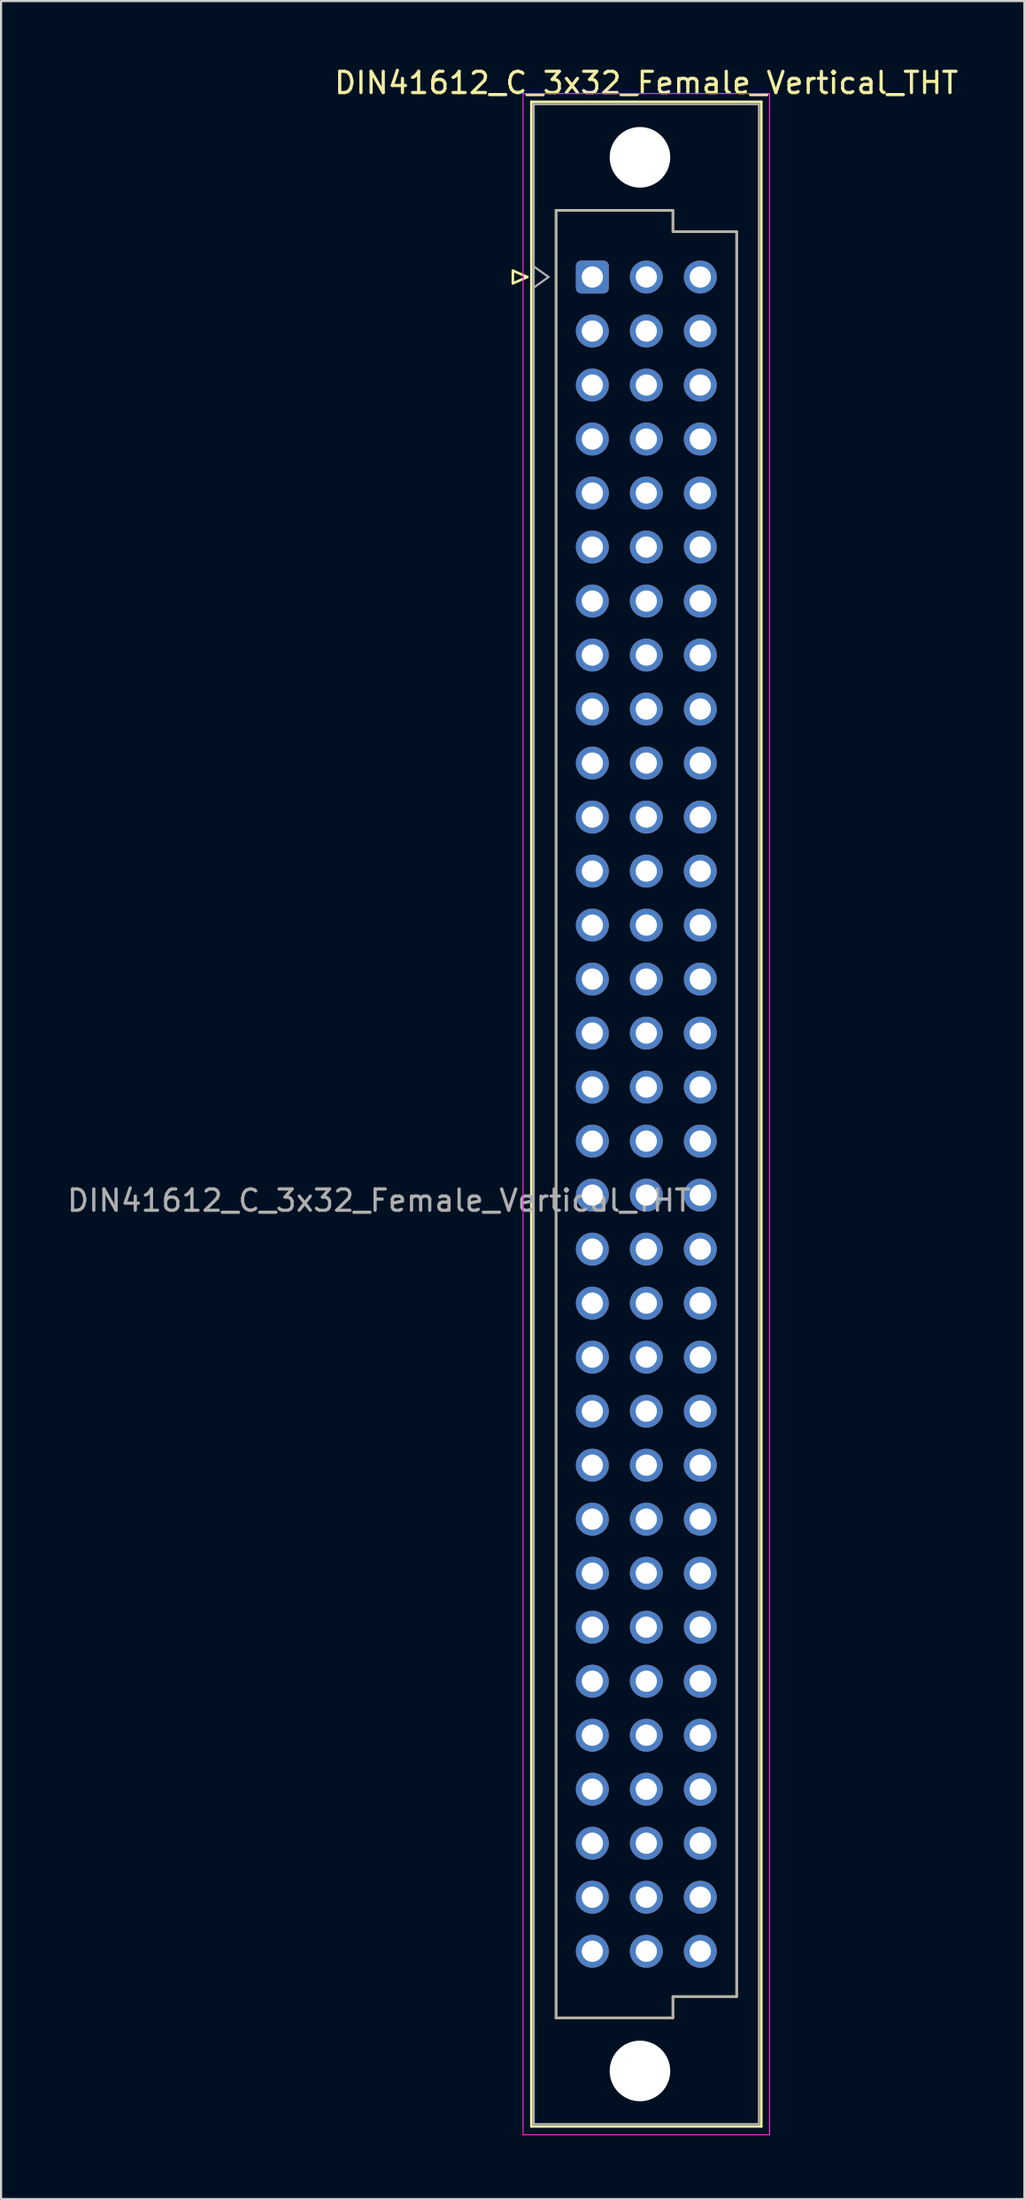
<source format=kicad_pcb>
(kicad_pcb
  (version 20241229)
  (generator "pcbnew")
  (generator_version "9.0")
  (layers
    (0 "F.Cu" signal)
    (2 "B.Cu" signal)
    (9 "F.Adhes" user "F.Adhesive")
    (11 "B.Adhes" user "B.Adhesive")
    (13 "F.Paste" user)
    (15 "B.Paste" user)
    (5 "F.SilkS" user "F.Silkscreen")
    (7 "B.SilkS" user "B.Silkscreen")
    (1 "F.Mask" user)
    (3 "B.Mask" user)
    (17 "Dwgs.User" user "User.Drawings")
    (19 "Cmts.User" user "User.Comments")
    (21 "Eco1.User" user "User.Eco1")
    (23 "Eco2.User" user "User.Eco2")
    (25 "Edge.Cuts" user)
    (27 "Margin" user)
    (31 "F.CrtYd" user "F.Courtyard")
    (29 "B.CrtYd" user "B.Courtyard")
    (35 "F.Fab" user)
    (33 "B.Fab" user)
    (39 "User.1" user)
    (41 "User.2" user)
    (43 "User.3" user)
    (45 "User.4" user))
  (footprint "DIN41612_C_3x32_Female_Vertical_THT"
    (layer "F.Cu")
    (at 27.492 53.412)
    (property "Reference" "DIN41612_C_3x32_Female_Vertical_THT" (at -0.127 -52.564 0) (layer "F.SilkS") (effects (font (size 1 1) (thickness 0.15))))
    (attr through_hole)
    (fp_line (start -6.407 -43.734) (end -6.407 -43.134) (stroke (width 0.12) (type solid)) (layer "F.SilkS"))
    (fp_line (start -6.407 -43.134) (end -5.727 -43.434) (stroke (width 0.12) (type solid)) (layer "F.SilkS"))
    (fp_line (start -5.727 -43.434) (end -6.407 -43.734) (stroke (width 0.12) (type solid)) (layer "F.SilkS"))
    (fp_line (start -5.537 -51.674) (end 5.283 -51.674) (stroke (width 0.12) (type solid)) (layer "F.SilkS"))
    (fp_line (start -5.537 43.546) (end -5.537 -51.674) (stroke (width 0.12) (type solid)) (layer "F.SilkS"))
    (fp_line (start -4.377 -46.565) (end 1.123 -46.565) (stroke (width 0.12) (type solid)) (layer "F.SilkS"))
    (fp_line (start -4.377 38.436) (end -4.377 -46.565) (stroke (width 0.12) (type solid)) (layer "F.SilkS"))
    (fp_line (start 1.123 -46.565) (end 1.123 -45.565) (stroke (width 0.12) (type solid)) (layer "F.SilkS"))
    (fp_line (start 1.123 -45.565) (end 4.123 -45.565) (stroke (width 0.12) (type solid)) (layer "F.SilkS"))
    (fp_line (start 1.123 37.436) (end 1.123 38.436) (stroke (width 0.12) (type solid)) (layer "F.SilkS"))
    (fp_line (start 1.123 38.436) (end -4.377 38.436) (stroke (width 0.12) (type solid)) (layer "F.SilkS"))
    (fp_line (start 4.123 -45.565) (end 4.123 37.436) (stroke (width 0.12) (type solid)) (layer "F.SilkS"))
    (fp_line (start 4.123 37.436) (end 1.123 37.436) (stroke (width 0.12) (type solid)) (layer "F.SilkS"))
    (fp_line (start 5.283 -51.674) (end 5.283 43.546) (stroke (width 0.12) (type solid)) (layer "F.SilkS"))
    (fp_line (start 5.283 43.546) (end -5.537 43.546) (stroke (width 0.12) (type solid)) (layer "F.SilkS"))
    (fp_line (start -5.927 -52.064) (end 5.673 -52.064) (stroke (width 0.05) (type solid)) (layer "F.CrtYd"))
    (fp_line (start -5.927 43.936) (end -5.927 -52.064) (stroke (width 0.05) (type solid)) (layer "F.CrtYd"))
    (fp_line (start 5.673 -52.064) (end 5.673 43.936) (stroke (width 0.05) (type solid)) (layer "F.CrtYd"))
    (fp_line (start 5.673 43.936) (end -5.927 43.936) (stroke (width 0.05) (type solid)) (layer "F.CrtYd"))
    (fp_line (start -5.427 -51.564) (end 5.173 -51.564) (stroke (width 0.1) (type solid)) (layer "F.Fab"))
    (fp_line (start -5.427 -43.934) (end -4.727 -43.434) (stroke (width 0.1) (type solid)) (layer "F.Fab"))
    (fp_line (start -5.427 43.436) (end -5.427 -51.564) (stroke (width 0.1) (type solid)) (layer "F.Fab"))
    (fp_line (start -4.727 -43.434) (end -5.427 -42.934) (stroke (width 0.1) (type solid)) (layer "F.Fab"))
    (fp_line (start -4.377 -46.564) (end 1.123 -46.564) (stroke (width 0.1) (type solid)) (layer "F.Fab"))
    (fp_line (start -4.377 38.436) (end -4.377 -46.564) (stroke (width 0.1) (type solid)) (layer "F.Fab"))
    (fp_line (start 1.123 -46.564) (end 1.123 -45.564) (stroke (width 0.1) (type solid)) (layer "F.Fab"))
    (fp_line (start 1.123 -45.564) (end 4.123 -45.564) (stroke (width 0.1) (type solid)) (layer "F.Fab"))
    (fp_line (start 1.123 37.436) (end 1.123 38.436) (stroke (width 0.1) (type solid)) (layer "F.Fab"))
    (fp_line (start 1.123 38.436) (end -4.377 38.436) (stroke (width 0.1) (type solid)) (layer "F.Fab"))
    (fp_line (start 4.123 -45.564) (end 4.123 37.436) (stroke (width 0.1) (type solid)) (layer "F.Fab"))
    (fp_line (start 4.123 37.436) (end 1.123 37.436) (stroke (width 0.1) (type solid)) (layer "F.Fab"))
    (fp_line (start 5.173 -51.564) (end 5.173 43.436) (stroke (width 0.1) (type solid)) (layer "F.Fab"))
    (fp_line (start 5.173 43.436) (end -5.427 43.436) (stroke (width 0.1) (type solid)) (layer "F.Fab"))
    (fp_text user "${REFERENCE}" (at -12.7 0 0) (layer "F.Fab") (effects (font (size 1 1) (thickness 0.15))))
    (pad "" np_thru_hole circle (at -0.427 -49.064) (size 2.85 2.85) (drill 2.85) (layers "*.Cu" "*.Mask"))
    (pad "" np_thru_hole circle (at -0.427 40.936) (size 2.85 2.85) (drill 2.85) (layers "*.Cu" "*.Mask"))
    (pad "a1" thru_hole roundrect (at -2.667 -43.434) (size 1.55 1.55) (drill 1) (layers "*.Cu" "*.Mask") (roundrect_rratio 0.161))
    (pad "a2" thru_hole circle (at -2.667 -40.894) (size 1.55 1.55) (drill 1) (layers "*.Cu" "*.Mask"))
    (pad "a3" thru_hole circle (at -2.667 -38.354) (size 1.55 1.55) (drill 1) (layers "*.Cu" "*.Mask"))
    (pad "a4" thru_hole circle (at -2.667 -35.814) (size 1.55 1.55) (drill 1) (layers "*.Cu" "*.Mask"))
    (pad "a5" thru_hole circle (at -2.667 -33.274) (size 1.55 1.55) (drill 1) (layers "*.Cu" "*.Mask"))
    (pad "a6" thru_hole circle (at -2.667 -30.734) (size 1.55 1.55) (drill 1) (layers "*.Cu" "*.Mask"))
    (pad "a7" thru_hole circle (at -2.667 -28.194) (size 1.55 1.55) (drill 1) (layers "*.Cu" "*.Mask"))
    (pad "a8" thru_hole circle (at -2.667 -25.654) (size 1.55 1.55) (drill 1) (layers "*.Cu" "*.Mask"))
    (pad "a9" thru_hole circle (at -2.667 -23.114) (size 1.55 1.55) (drill 1) (layers "*.Cu" "*.Mask"))
    (pad "a10" thru_hole circle (at -2.667 -20.574) (size 1.55 1.55) (drill 1) (layers "*.Cu" "*.Mask"))
    (pad "a11" thru_hole circle (at -2.667 -18.034) (size 1.55 1.55) (drill 1) (layers "*.Cu" "*.Mask"))
    (pad "a12" thru_hole circle (at -2.667 -15.494) (size 1.55 1.55) (drill 1) (layers "*.Cu" "*.Mask"))
    (pad "a13" thru_hole circle (at -2.667 -12.954) (size 1.55 1.55) (drill 1) (layers "*.Cu" "*.Mask"))
    (pad "a14" thru_hole circle (at -2.667 -10.414) (size 1.55 1.55) (drill 1) (layers "*.Cu" "*.Mask"))
    (pad "a15" thru_hole circle (at -2.667 -7.874) (size 1.55 1.55) (drill 1) (layers "*.Cu" "*.Mask"))
    (pad "a16" thru_hole circle (at -2.667 -5.334) (size 1.55 1.55) (drill 1) (layers "*.Cu" "*.Mask"))
    (pad "a17" thru_hole circle (at -2.667 -2.794) (size 1.55 1.55) (drill 1) (layers "*.Cu" "*.Mask"))
    (pad "a18" thru_hole circle (at -2.667 -0.254) (size 1.55 1.55) (drill 1) (layers "*.Cu" "*.Mask"))
    (pad "a19" thru_hole circle (at -2.667 2.286) (size 1.55 1.55) (drill 1) (layers "*.Cu" "*.Mask"))
    (pad "a20" thru_hole circle (at -2.667 4.826) (size 1.55 1.55) (drill 1) (layers "*.Cu" "*.Mask"))
    (pad "a21" thru_hole circle (at -2.667 7.366) (size 1.55 1.55) (drill 1) (layers "*.Cu" "*.Mask"))
    (pad "a22" thru_hole circle (at -2.667 9.906) (size 1.55 1.55) (drill 1) (layers "*.Cu" "*.Mask"))
    (pad "a23" thru_hole circle (at -2.667 12.446) (size 1.55 1.55) (drill 1) (layers "*.Cu" "*.Mask"))
    (pad "a24" thru_hole circle (at -2.667 14.986) (size 1.55 1.55) (drill 1) (layers "*.Cu" "*.Mask"))
    (pad "a25" thru_hole circle (at -2.667 17.526) (size 1.55 1.55) (drill 1) (layers "*.Cu" "*.Mask"))
    (pad "a26" thru_hole circle (at -2.667 20.066) (size 1.55 1.55) (drill 1) (layers "*.Cu" "*.Mask"))
    (pad "a27" thru_hole circle (at -2.667 22.606) (size 1.55 1.55) (drill 1) (layers "*.Cu" "*.Mask"))
    (pad "a28" thru_hole circle (at -2.667 25.146) (size 1.55 1.55) (drill 1) (layers "*.Cu" "*.Mask"))
    (pad "a29" thru_hole circle (at -2.667 27.686) (size 1.55 1.55) (drill 1) (layers "*.Cu" "*.Mask"))
    (pad "a30" thru_hole circle (at -2.667 30.226) (size 1.55 1.55) (drill 1) (layers "*.Cu" "*.Mask"))
    (pad "a31" thru_hole circle (at -2.667 32.766) (size 1.55 1.55) (drill 1) (layers "*.Cu" "*.Mask"))
    (pad "a32" thru_hole circle (at -2.667 35.306) (size 1.55 1.55) (drill 1) (layers "*.Cu" "*.Mask"))
    (pad "b1" thru_hole circle (at -0.127 -43.434) (size 1.55 1.55) (drill 1) (layers "*.Cu" "*.Mask"))
    (pad "b2" thru_hole circle (at -0.127 -40.894) (size 1.55 1.55) (drill 1) (layers "*.Cu" "*.Mask"))
    (pad "b3" thru_hole circle (at -0.127 -38.354) (size 1.55 1.55) (drill 1) (layers "*.Cu" "*.Mask"))
    (pad "b4" thru_hole circle (at -0.127 -35.814) (size 1.55 1.55) (drill 1) (layers "*.Cu" "*.Mask"))
    (pad "b5" thru_hole circle (at -0.127 -33.274) (size 1.55 1.55) (drill 1) (layers "*.Cu" "*.Mask"))
    (pad "b6" thru_hole circle (at -0.127 -30.734) (size 1.55 1.55) (drill 1) (layers "*.Cu" "*.Mask"))
    (pad "b7" thru_hole circle (at -0.127 -28.194) (size 1.55 1.55) (drill 1) (layers "*.Cu" "*.Mask"))
    (pad "b8" thru_hole circle (at -0.127 -25.654) (size 1.55 1.55) (drill 1) (layers "*.Cu" "*.Mask"))
    (pad "b9" thru_hole circle (at -0.127 -23.114) (size 1.55 1.55) (drill 1) (layers "*.Cu" "*.Mask"))
    (pad "b10" thru_hole circle (at -0.127 -20.574) (size 1.55 1.55) (drill 1) (layers "*.Cu" "*.Mask"))
    (pad "b11" thru_hole circle (at -0.127 -18.034) (size 1.55 1.55) (drill 1) (layers "*.Cu" "*.Mask"))
    (pad "b12" thru_hole circle (at -0.127 -15.494) (size 1.55 1.55) (drill 1) (layers "*.Cu" "*.Mask"))
    (pad "b13" thru_hole circle (at -0.127 -12.954) (size 1.55 1.55) (drill 1) (layers "*.Cu" "*.Mask"))
    (pad "b14" thru_hole circle (at -0.127 -10.414) (size 1.55 1.55) (drill 1) (layers "*.Cu" "*.Mask"))
    (pad "b15" thru_hole circle (at -0.127 -7.874) (size 1.55 1.55) (drill 1) (layers "*.Cu" "*.Mask"))
    (pad "b16" thru_hole circle (at -0.127 -5.334) (size 1.55 1.55) (drill 1) (layers "*.Cu" "*.Mask"))
    (pad "b17" thru_hole circle (at -0.127 -2.794) (size 1.55 1.55) (drill 1) (layers "*.Cu" "*.Mask"))
    (pad "b18" thru_hole circle (at -0.127 -0.254) (size 1.55 1.55) (drill 1) (layers "*.Cu" "*.Mask"))
    (pad "b19" thru_hole circle (at -0.127 2.286) (size 1.55 1.55) (drill 1) (layers "*.Cu" "*.Mask"))
    (pad "b20" thru_hole circle (at -0.127 4.826) (size 1.55 1.55) (drill 1) (layers "*.Cu" "*.Mask"))
    (pad "b21" thru_hole circle (at -0.127 7.366) (size 1.55 1.55) (drill 1) (layers "*.Cu" "*.Mask"))
    (pad "b22" thru_hole circle (at -0.127 9.906) (size 1.55 1.55) (drill 1) (layers "*.Cu" "*.Mask"))
    (pad "b23" thru_hole circle (at -0.127 12.446) (size 1.55 1.55) (drill 1) (layers "*.Cu" "*.Mask"))
    (pad "b24" thru_hole circle (at -0.127 14.986) (size 1.55 1.55) (drill 1) (layers "*.Cu" "*.Mask"))
    (pad "b25" thru_hole circle (at -0.127 17.526) (size 1.55 1.55) (drill 1) (layers "*.Cu" "*.Mask"))
    (pad "b26" thru_hole circle (at -0.127 20.066) (size 1.55 1.55) (drill 1) (layers "*.Cu" "*.Mask"))
    (pad "b27" thru_hole circle (at -0.127 22.606) (size 1.55 1.55) (drill 1) (layers "*.Cu" "*.Mask"))
    (pad "b28" thru_hole circle (at -0.127 25.146) (size 1.55 1.55) (drill 1) (layers "*.Cu" "*.Mask"))
    (pad "b29" thru_hole circle (at -0.127 27.686) (size 1.55 1.55) (drill 1) (layers "*.Cu" "*.Mask"))
    (pad "b30" thru_hole circle (at -0.127 30.226) (size 1.55 1.55) (drill 1) (layers "*.Cu" "*.Mask"))
    (pad "b31" thru_hole circle (at -0.127 32.766) (size 1.55 1.55) (drill 1) (layers "*.Cu" "*.Mask"))
    (pad "b32" thru_hole circle (at -0.127 35.306) (size 1.55 1.55) (drill 1) (layers "*.Cu" "*.Mask"))
    (pad "c1" thru_hole circle (at 2.413 -43.434) (size 1.55 1.55) (drill 1) (layers "*.Cu" "*.Mask"))
    (pad "c2" thru_hole circle (at 2.413 -40.894) (size 1.55 1.55) (drill 1) (layers "*.Cu" "*.Mask"))
    (pad "c3" thru_hole circle (at 2.413 -38.354) (size 1.55 1.55) (drill 1) (layers "*.Cu" "*.Mask"))
    (pad "c4" thru_hole circle (at 2.413 -35.814) (size 1.55 1.55) (drill 1) (layers "*.Cu" "*.Mask"))
    (pad "c5" thru_hole circle (at 2.413 -33.274) (size 1.55 1.55) (drill 1) (layers "*.Cu" "*.Mask"))
    (pad "c6" thru_hole circle (at 2.413 -30.734) (size 1.55 1.55) (drill 1) (layers "*.Cu" "*.Mask"))
    (pad "c7" thru_hole circle (at 2.413 -28.194) (size 1.55 1.55) (drill 1) (layers "*.Cu" "*.Mask"))
    (pad "c8" thru_hole circle (at 2.413 -25.654) (size 1.55 1.55) (drill 1) (layers "*.Cu" "*.Mask"))
    (pad "c9" thru_hole circle (at 2.413 -23.114) (size 1.55 1.55) (drill 1) (layers "*.Cu" "*.Mask"))
    (pad "c10" thru_hole circle (at 2.413 -20.574) (size 1.55 1.55) (drill 1) (layers "*.Cu" "*.Mask"))
    (pad "c11" thru_hole circle (at 2.413 -18.034) (size 1.55 1.55) (drill 1) (layers "*.Cu" "*.Mask"))
    (pad "c12" thru_hole circle (at 2.413 -15.494) (size 1.55 1.55) (drill 1) (layers "*.Cu" "*.Mask"))
    (pad "c13" thru_hole circle (at 2.413 -12.954) (size 1.55 1.55) (drill 1) (layers "*.Cu" "*.Mask"))
    (pad "c14" thru_hole circle (at 2.413 -10.414) (size 1.55 1.55) (drill 1) (layers "*.Cu" "*.Mask"))
    (pad "c15" thru_hole circle (at 2.413 -7.874) (size 1.55 1.55) (drill 1) (layers "*.Cu" "*.Mask"))
    (pad "c16" thru_hole circle (at 2.413 -5.334) (size 1.55 1.55) (drill 1) (layers "*.Cu" "*.Mask"))
    (pad "c17" thru_hole circle (at 2.413 -2.794) (size 1.55 1.55) (drill 1) (layers "*.Cu" "*.Mask"))
    (pad "c18" thru_hole circle (at 2.413 -0.254) (size 1.55 1.55) (drill 1) (layers "*.Cu" "*.Mask"))
    (pad "c19" thru_hole circle (at 2.413 2.286) (size 1.55 1.55) (drill 1) (layers "*.Cu" "*.Mask"))
    (pad "c20" thru_hole circle (at 2.413 4.826) (size 1.55 1.55) (drill 1) (layers "*.Cu" "*.Mask"))
    (pad "c21" thru_hole circle (at 2.413 7.366) (size 1.55 1.55) (drill 1) (layers "*.Cu" "*.Mask"))
    (pad "c22" thru_hole circle (at 2.413 9.906) (size 1.55 1.55) (drill 1) (layers "*.Cu" "*.Mask"))
    (pad "c23" thru_hole circle (at 2.413 12.446) (size 1.55 1.55) (drill 1) (layers "*.Cu" "*.Mask"))
    (pad "c24" thru_hole circle (at 2.413 14.986) (size 1.55 1.55) (drill 1) (layers "*.Cu" "*.Mask"))
    (pad "c25" thru_hole circle (at 2.413 17.526) (size 1.55 1.55) (drill 1) (layers "*.Cu" "*.Mask"))
    (pad "c26" thru_hole circle (at 2.413 20.066) (size 1.55 1.55) (drill 1) (layers "*.Cu" "*.Mask"))
    (pad "c27" thru_hole circle (at 2.413 22.606) (size 1.55 1.55) (drill 1) (layers "*.Cu" "*.Mask"))
    (pad "c28" thru_hole circle (at 2.413 25.146) (size 1.55 1.55) (drill 1) (layers "*.Cu" "*.Mask"))
    (pad "c29" thru_hole circle (at 2.413 27.686) (size 1.55 1.55) (drill 1) (layers "*.Cu" "*.Mask"))
    (pad "c30" thru_hole circle (at 2.413 30.226) (size 1.55 1.55) (drill 1) (layers "*.Cu" "*.Mask"))
    (pad "c31" thru_hole circle (at 2.413 32.766) (size 1.55 1.55) (drill 1) (layers "*.Cu" "*.Mask"))
    (pad "c32" thru_hole circle (at 2.413 35.306) (size 1.55 1.55) (drill 1) (layers "*.Cu" "*.Mask")))
  (gr_rect
    (start -3 -3)
    (end 45.156 100.373)
    (stroke (width 0.1) (type default))
    (fill no)
    (layer "Edge.Cuts")))
</source>
